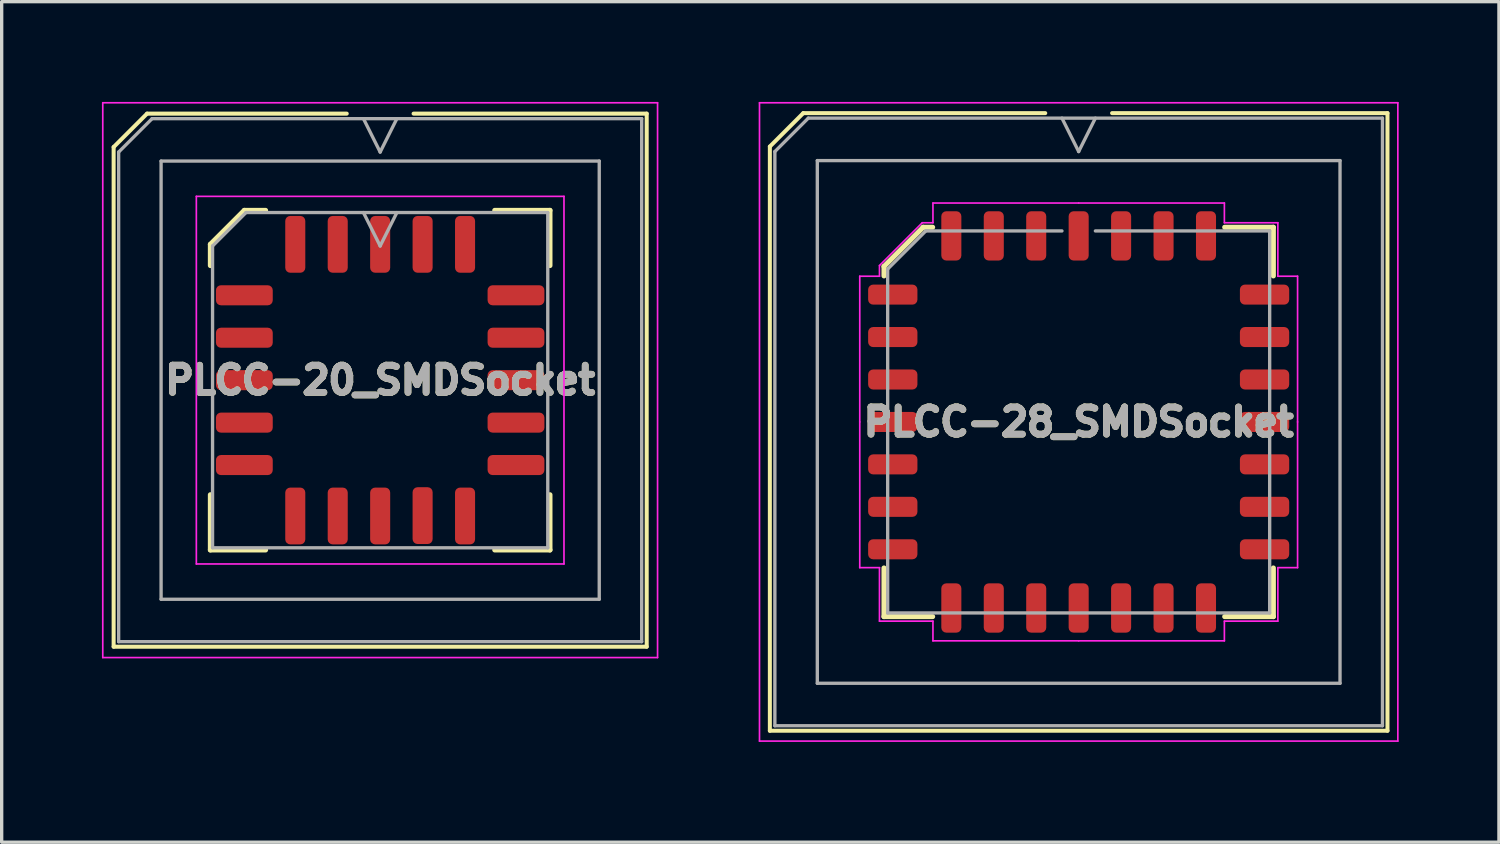
<source format=kicad_pcb>
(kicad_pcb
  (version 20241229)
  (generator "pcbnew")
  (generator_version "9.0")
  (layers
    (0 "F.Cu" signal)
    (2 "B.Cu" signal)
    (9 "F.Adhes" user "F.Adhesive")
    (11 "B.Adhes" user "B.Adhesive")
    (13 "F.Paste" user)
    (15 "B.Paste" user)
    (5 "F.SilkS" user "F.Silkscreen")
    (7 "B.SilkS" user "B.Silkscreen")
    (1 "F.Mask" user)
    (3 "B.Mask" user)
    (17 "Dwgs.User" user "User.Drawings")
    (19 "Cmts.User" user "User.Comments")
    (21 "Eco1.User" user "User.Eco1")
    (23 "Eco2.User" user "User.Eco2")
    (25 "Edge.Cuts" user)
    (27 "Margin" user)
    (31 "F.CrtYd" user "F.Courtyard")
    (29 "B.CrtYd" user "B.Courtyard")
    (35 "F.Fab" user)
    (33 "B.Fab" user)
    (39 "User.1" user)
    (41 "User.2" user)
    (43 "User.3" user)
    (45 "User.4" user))
  (footprint "PLCC-20_SMDSocket"
    (layer "F.Cu")
    (at 8.325 8.325)
    (property "Reference" "PLCC-20_SMDSocket" (at 0 0 0) (layer "F.Fab") (effects (font (size 0.813 0.813) (thickness 0.203))))
    (attr smd)
    (fp_line (start -7.975 -6.975) (end -7.975 7.975) (stroke (width 0.12) (type solid)) (layer "F.SilkS"))
    (fp_line (start -7.975 7.975) (end 7.975 7.975) (stroke (width 0.12) (type solid)) (layer "F.SilkS"))
    (fp_line (start -6.975 -7.975) (end -7.975 -6.975) (stroke (width 0.12) (type solid)) (layer "F.SilkS"))
    (fp_line (start -5.08 -4.064) (end -5.08 -3.429) (stroke (width 0.152) (type solid)) (layer "F.SilkS"))
    (fp_line (start -5.08 5.08) (end -5.08 3.429) (stroke (width 0.152) (type solid)) (layer "F.SilkS"))
    (fp_line (start -4.064 -5.08) (end -5.08 -4.064) (stroke (width 0.152) (type solid)) (layer "F.SilkS"))
    (fp_line (start -3.429 -5.08) (end -4.064 -5.08) (stroke (width 0.152) (type solid)) (layer "F.SilkS"))
    (fp_line (start -3.429 5.08) (end -5.08 5.08) (stroke (width 0.152) (type solid)) (layer "F.SilkS"))
    (fp_line (start -1 -7.975) (end -6.975 -7.975) (stroke (width 0.12) (type solid)) (layer "F.SilkS"))
    (fp_line (start 3.429 -5.08) (end 5.08 -5.08) (stroke (width 0.152) (type solid)) (layer "F.SilkS"))
    (fp_line (start 3.429 5.08) (end 5.08 5.08) (stroke (width 0.152) (type solid)) (layer "F.SilkS"))
    (fp_line (start 5.08 -5.08) (end 5.08 -3.429) (stroke (width 0.152) (type solid)) (layer "F.SilkS"))
    (fp_line (start 5.08 5.08) (end 5.08 3.429) (stroke (width 0.152) (type solid)) (layer "F.SilkS"))
    (fp_line (start 7.975 -7.975) (end 1 -7.975) (stroke (width 0.12) (type solid)) (layer "F.SilkS"))
    (fp_line (start 7.975 7.975) (end 7.975 -7.975) (stroke (width 0.12) (type solid)) (layer "F.SilkS"))
    (fp_line (start -8.3 -8.3) (end -8.3 8.3) (stroke (width 0.05) (type solid)) (layer "F.CrtYd"))
    (fp_line (start -8.3 8.3) (end 8.3 8.3) (stroke (width 0.05) (type solid)) (layer "F.CrtYd"))
    (fp_line (start -5.5 -5.5) (end -5.5 5.5) (stroke (width 0.05) (type solid)) (layer "F.CrtYd"))
    (fp_line (start -5.5 5.5) (end 5.5 5.5) (stroke (width 0.05) (type solid)) (layer "F.CrtYd"))
    (fp_line (start 5.5 -5.5) (end -5.5 -5.5) (stroke (width 0.05) (type solid)) (layer "F.CrtYd"))
    (fp_line (start 5.5 5.5) (end 5.5 -5.5) (stroke (width 0.05) (type solid)) (layer "F.CrtYd"))
    (fp_line (start 8.3 -8.3) (end -8.3 -8.3) (stroke (width 0.05) (type solid)) (layer "F.CrtYd"))
    (fp_line (start 8.3 8.3) (end 8.3 -8.3) (stroke (width 0.05) (type solid)) (layer "F.CrtYd"))
    (fp_line (start -7.825 -6.825) (end -7.825 7.825) (stroke (width 0.1) (type solid)) (layer "F.Fab"))
    (fp_line (start -7.825 7.825) (end 7.825 7.825) (stroke (width 0.1) (type solid)) (layer "F.Fab"))
    (fp_line (start -6.825 -7.825) (end -7.825 -6.825) (stroke (width 0.1) (type solid)) (layer "F.Fab"))
    (fp_line (start -6.555 -6.555) (end -6.555 6.555) (stroke (width 0.1) (type solid)) (layer "F.Fab"))
    (fp_line (start -6.555 6.555) (end 6.555 6.555) (stroke (width 0.1) (type solid)) (layer "F.Fab"))
    (fp_line (start -5.015 -4.015) (end -5.015 5.015) (stroke (width 0.1) (type solid)) (layer "F.Fab"))
    (fp_line (start -5.015 5.015) (end 5.015 5.015) (stroke (width 0.1) (type solid)) (layer "F.Fab"))
    (fp_line (start -4.015 -5.015) (end -5.015 -4.015) (stroke (width 0.1) (type solid)) (layer "F.Fab"))
    (fp_line (start -0.5 -7.825) (end 0 -6.825) (stroke (width 0.1) (type solid)) (layer "F.Fab"))
    (fp_line (start -0.5 -5.015) (end 0 -4.015) (stroke (width 0.1) (type solid)) (layer "F.Fab"))
    (fp_line (start 0 -6.825) (end 0.5 -7.825) (stroke (width 0.1) (type solid)) (layer "F.Fab"))
    (fp_line (start 0 -4.015) (end 0.5 -5.015) (stroke (width 0.1) (type solid)) (layer "F.Fab"))
    (fp_line (start 5.015 -5.015) (end -4.015 -5.015) (stroke (width 0.1) (type solid)) (layer "F.Fab"))
    (fp_line (start 5.015 5.015) (end 5.015 -5.015) (stroke (width 0.1) (type solid)) (layer "F.Fab"))
    (fp_line (start 6.555 -6.555) (end -6.555 -6.555) (stroke (width 0.1) (type solid)) (layer "F.Fab"))
    (fp_line (start 6.555 6.555) (end 6.555 -6.555) (stroke (width 0.1) (type solid)) (layer "F.Fab"))
    (fp_line (start 7.825 -7.825) (end -6.825 -7.825) (stroke (width 0.1) (type solid)) (layer "F.Fab"))
    (fp_line (start 7.825 7.825) (end 7.825 -7.825) (stroke (width 0.1) (type solid)) (layer "F.Fab"))
    (fp_text user "${REFERENCE}" (at 0 0 0) (layer "F.SilkS") (effects (font (size 0.813 0.813) (thickness 0.203))))
    (pad "1" smd roundrect (at 0 -4.064) (size 0.6 1.7) (layers "F.Cu" "F.Mask" "F.Paste") (roundrect_rratio 0.25))
    (pad "2" smd roundrect (at -1.27 -4.064) (size 0.6 1.7) (layers "F.Cu" "F.Mask" "F.Paste") (roundrect_rratio 0.25))
    (pad "3" smd roundrect (at -2.54 -4.064) (size 0.6 1.7) (layers "F.Cu" "F.Mask" "F.Paste") (roundrect_rratio 0.25))
    (pad "4" smd roundrect (at -4.064 -2.54) (size 1.7 0.6) (layers "F.Cu" "F.Mask" "F.Paste") (roundrect_rratio 0.25))
    (pad "5" smd roundrect (at -4.064 -1.27) (size 1.7 0.6) (layers "F.Cu" "F.Mask" "F.Paste") (roundrect_rratio 0.25))
    (pad "6" smd roundrect (at -4.064 0) (size 1.7 0.6) (layers "F.Cu" "F.Mask" "F.Paste") (roundrect_rratio 0.25))
    (pad "7" smd roundrect (at -4.064 1.27) (size 1.7 0.6) (layers "F.Cu" "F.Mask" "F.Paste") (roundrect_rratio 0.25))
    (pad "8" smd roundrect (at -4.064 2.54) (size 1.7 0.6) (layers "F.Cu" "F.Mask" "F.Paste") (roundrect_rratio 0.25))
    (pad "9" smd roundrect (at -2.54 4.064) (size 0.6 1.7) (layers "F.Cu" "F.Mask" "F.Paste") (roundrect_rratio 0.25))
    (pad "10" smd roundrect (at -1.27 4.064) (size 0.6 1.7) (layers "F.Cu" "F.Mask" "F.Paste") (roundrect_rratio 0.25))
    (pad "11" smd roundrect (at 0 4.064) (size 0.6 1.7) (layers "F.Cu" "F.Mask" "F.Paste") (roundrect_rratio 0.25))
    (pad "12" smd roundrect (at 1.27 4.053) (size 0.6 1.7) (layers "F.Cu" "F.Mask" "F.Paste") (roundrect_rratio 0.25))
    (pad "13" smd roundrect (at 2.54 4.064) (size 0.6 1.7) (layers "F.Cu" "F.Mask" "F.Paste") (roundrect_rratio 0.25))
    (pad "14" smd roundrect (at 4.064 2.54) (size 1.7 0.6) (layers "F.Cu" "F.Mask" "F.Paste") (roundrect_rratio 0.25))
    (pad "15" smd roundrect (at 4.064 1.27) (size 1.7 0.6) (layers "F.Cu" "F.Mask" "F.Paste") (roundrect_rratio 0.25))
    (pad "16" smd roundrect (at 4.064 0) (size 1.7 0.6) (layers "F.Cu" "F.Mask" "F.Paste") (roundrect_rratio 0.25))
    (pad "17" smd roundrect (at 4.064 -1.27) (size 1.7 0.6) (layers "F.Cu" "F.Mask" "F.Paste") (roundrect_rratio 0.25))
    (pad "18" smd roundrect (at 4.064 -2.54) (size 1.7 0.6) (layers "F.Cu" "F.Mask" "F.Paste") (roundrect_rratio 0.25))
    (pad "19" smd roundrect (at 2.54 -4.064) (size 0.6 1.7) (layers "F.Cu" "F.Mask" "F.Paste") (roundrect_rratio 0.25))
    (pad "20" smd roundrect (at 1.27 -4.064) (size 0.6 1.7) (layers "F.Cu" "F.Mask" "F.Paste") (roundrect_rratio 0.25)))
  (footprint "PLCC-28_SMDSocket"
    (layer "F.Cu")
    (at 29.225 9.575)
    (property "Reference" "PLCC-28_SMDSocket" (at 0 0 0) (layer "F.Fab") (effects (font (size 0.813 0.813) (thickness 0.203))))
    (attr smd)
    (fp_line (start -9.24 -8.24) (end -9.24 9.24) (stroke (width 0.12) (type solid)) (layer "F.SilkS"))
    (fp_line (start -9.24 9.24) (end 9.24 9.24) (stroke (width 0.12) (type solid)) (layer "F.SilkS"))
    (fp_line (start -8.24 -9.24) (end -9.24 -8.24) (stroke (width 0.12) (type solid)) (layer "F.SilkS"))
    (fp_line (start -5.825 -4.653) (end -5.825 -4.37) (stroke (width 0.152) (type solid)) (layer "F.SilkS"))
    (fp_line (start -5.825 5.825) (end -5.825 4.37) (stroke (width 0.152) (type solid)) (layer "F.SilkS"))
    (fp_line (start -4.653 -5.825) (end -5.825 -4.653) (stroke (width 0.152) (type solid)) (layer "F.SilkS"))
    (fp_line (start -4.37 -5.825) (end -4.653 -5.825) (stroke (width 0.152) (type solid)) (layer "F.SilkS"))
    (fp_line (start -4.37 5.825) (end -5.825 5.825) (stroke (width 0.152) (type solid)) (layer "F.SilkS"))
    (fp_line (start -1 -9.24) (end -8.24 -9.24) (stroke (width 0.12) (type solid)) (layer "F.SilkS"))
    (fp_line (start 4.37 -5.825) (end 5.825 -5.825) (stroke (width 0.152) (type solid)) (layer "F.SilkS"))
    (fp_line (start 4.37 5.825) (end 5.825 5.825) (stroke (width 0.152) (type solid)) (layer "F.SilkS"))
    (fp_line (start 5.825 -5.825) (end 5.825 -4.37) (stroke (width 0.152) (type solid)) (layer "F.SilkS"))
    (fp_line (start 5.825 5.825) (end 5.825 4.37) (stroke (width 0.152) (type solid)) (layer "F.SilkS"))
    (fp_line (start 9.24 -9.24) (end 1 -9.24) (stroke (width 0.12) (type solid)) (layer "F.SilkS"))
    (fp_line (start 9.24 9.24) (end 9.24 -9.24) (stroke (width 0.12) (type solid)) (layer "F.SilkS"))
    (fp_line (start -9.55 -9.55) (end -9.55 9.55) (stroke (width 0.05) (type solid)) (layer "F.CrtYd"))
    (fp_line (start -9.55 9.55) (end 9.55 9.55) (stroke (width 0.05) (type solid)) (layer "F.CrtYd"))
    (fp_line (start -6.55 -4.36) (end -6.55 0) (stroke (width 0.05) (type solid)) (layer "F.CrtYd"))
    (fp_line (start -6.55 4.36) (end -6.55 0) (stroke (width 0.05) (type solid)) (layer "F.CrtYd"))
    (fp_line (start -5.96 -4.68) (end -5.96 -4.36) (stroke (width 0.05) (type solid)) (layer "F.CrtYd"))
    (fp_line (start -5.96 -4.36) (end -6.55 -4.36) (stroke (width 0.05) (type solid)) (layer "F.CrtYd"))
    (fp_line (start -5.96 4.36) (end -6.55 4.36) (stroke (width 0.05) (type solid)) (layer "F.CrtYd"))
    (fp_line (start -5.96 5.96) (end -5.96 4.36) (stroke (width 0.05) (type solid)) (layer "F.CrtYd"))
    (fp_line (start -4.68 -5.96) (end -5.96 -4.68) (stroke (width 0.05) (type solid)) (layer "F.CrtYd"))
    (fp_line (start -4.36 -6.55) (end -4.36 -5.96) (stroke (width 0.05) (type solid)) (layer "F.CrtYd"))
    (fp_line (start -4.36 -5.96) (end -4.68 -5.96) (stroke (width 0.05) (type solid)) (layer "F.CrtYd"))
    (fp_line (start -4.36 5.96) (end -5.96 5.96) (stroke (width 0.05) (type solid)) (layer "F.CrtYd"))
    (fp_line (start -4.36 6.55) (end -4.36 5.96) (stroke (width 0.05) (type solid)) (layer "F.CrtYd"))
    (fp_line (start 0 -6.55) (end -4.36 -6.55) (stroke (width 0.05) (type solid)) (layer "F.CrtYd"))
    (fp_line (start 0 -6.55) (end 4.36 -6.55) (stroke (width 0.05) (type solid)) (layer "F.CrtYd"))
    (fp_line (start 0 6.55) (end -4.36 6.55) (stroke (width 0.05) (type solid)) (layer "F.CrtYd"))
    (fp_line (start 0 6.55) (end 4.36 6.55) (stroke (width 0.05) (type solid)) (layer "F.CrtYd"))
    (fp_line (start 4.36 -6.55) (end 4.36 -5.96) (stroke (width 0.05) (type solid)) (layer "F.CrtYd"))
    (fp_line (start 4.36 -5.96) (end 5.96 -5.96) (stroke (width 0.05) (type solid)) (layer "F.CrtYd"))
    (fp_line (start 4.36 5.96) (end 5.96 5.96) (stroke (width 0.05) (type solid)) (layer "F.CrtYd"))
    (fp_line (start 4.36 6.55) (end 4.36 5.96) (stroke (width 0.05) (type solid)) (layer "F.CrtYd"))
    (fp_line (start 5.96 -5.96) (end 5.96 -4.36) (stroke (width 0.05) (type solid)) (layer "F.CrtYd"))
    (fp_line (start 5.96 -4.36) (end 6.55 -4.36) (stroke (width 0.05) (type solid)) (layer "F.CrtYd"))
    (fp_line (start 5.96 4.36) (end 6.55 4.36) (stroke (width 0.05) (type solid)) (layer "F.CrtYd"))
    (fp_line (start 5.96 5.96) (end 5.96 4.36) (stroke (width 0.05) (type solid)) (layer "F.CrtYd"))
    (fp_line (start 6.55 -4.36) (end 6.55 0) (stroke (width 0.05) (type solid)) (layer "F.CrtYd"))
    (fp_line (start 6.55 4.36) (end 6.55 0) (stroke (width 0.05) (type solid)) (layer "F.CrtYd"))
    (fp_line (start 9.55 -9.55) (end -9.55 -9.55) (stroke (width 0.05) (type solid)) (layer "F.CrtYd"))
    (fp_line (start 9.55 9.55) (end 9.55 -9.55) (stroke (width 0.05) (type solid)) (layer "F.CrtYd"))
    (fp_line (start -9.09 -8.09) (end -9.09 9.09) (stroke (width 0.1) (type solid)) (layer "F.Fab"))
    (fp_line (start -9.09 9.09) (end 9.09 9.09) (stroke (width 0.1) (type solid)) (layer "F.Fab"))
    (fp_line (start -8.09 -9.09) (end -9.09 -8.09) (stroke (width 0.1) (type solid)) (layer "F.Fab"))
    (fp_line (start -7.82 -7.82) (end -7.82 7.82) (stroke (width 0.1) (type solid)) (layer "F.Fab"))
    (fp_line (start -7.82 7.82) (end 7.82 7.82) (stroke (width 0.1) (type solid)) (layer "F.Fab"))
    (fp_line (start -5.715 -4.575) (end -4.575 -5.715) (stroke (width 0.1) (type solid)) (layer "F.Fab"))
    (fp_line (start -5.715 5.715) (end -5.715 -4.575) (stroke (width 0.1) (type solid)) (layer "F.Fab"))
    (fp_line (start -4.575 -5.715) (end -0.5 -5.715) (stroke (width 0.1) (type solid)) (layer "F.Fab"))
    (fp_line (start -0.5 -9.09) (end 0 -8.09) (stroke (width 0.1) (type solid)) (layer "F.Fab"))
    (fp_line (start 0 -8.09) (end 0.5 -9.09) (stroke (width 0.1) (type solid)) (layer "F.Fab"))
    (fp_line (start 0.5 -5.715) (end 5.715 -5.715) (stroke (width 0.1) (type solid)) (layer "F.Fab"))
    (fp_line (start 5.715 -5.715) (end 5.715 5.715) (stroke (width 0.1) (type solid)) (layer "F.Fab"))
    (fp_line (start 5.715 5.715) (end -5.715 5.715) (stroke (width 0.1) (type solid)) (layer "F.Fab"))
    (fp_line (start 7.82 -7.82) (end -7.82 -7.82) (stroke (width 0.1) (type solid)) (layer "F.Fab"))
    (fp_line (start 7.82 7.82) (end 7.82 -7.82) (stroke (width 0.1) (type solid)) (layer "F.Fab"))
    (fp_line (start 9.09 -9.09) (end -8.09 -9.09) (stroke (width 0.1) (type solid)) (layer "F.Fab"))
    (fp_line (start 9.09 9.09) (end 9.09 -9.09) (stroke (width 0.1) (type solid)) (layer "F.Fab"))
    (fp_text user "${REFERENCE}" (at 0 0 0) (layer "F.SilkS") (effects (font (size 0.813 0.813) (thickness 0.203))))
    (pad "1" smd roundrect (at 0 -5.567) (size 0.6 1.475) (layers "F.Cu" "F.Mask" "F.Paste") (roundrect_rratio 0.25))
    (pad "2" smd roundrect (at -1.27 -5.567) (size 0.6 1.475) (layers "F.Cu" "F.Mask" "F.Paste") (roundrect_rratio 0.25))
    (pad "3" smd roundrect (at -2.54 -5.567) (size 0.6 1.475) (layers "F.Cu" "F.Mask" "F.Paste") (roundrect_rratio 0.25))
    (pad "4" smd roundrect (at -3.81 -5.567) (size 0.6 1.475) (layers "F.Cu" "F.Mask" "F.Paste") (roundrect_rratio 0.25))
    (pad "5" smd roundrect (at -5.562 -3.81) (size 1.475 0.6) (layers "F.Cu" "F.Mask" "F.Paste") (roundrect_rratio 0.25))
    (pad "6" smd roundrect (at -5.562 -2.54) (size 1.475 0.6) (layers "F.Cu" "F.Mask" "F.Paste") (roundrect_rratio 0.25))
    (pad "7" smd roundrect (at -5.562 -1.27) (size 1.475 0.6) (layers "F.Cu" "F.Mask" "F.Paste") (roundrect_rratio 0.25))
    (pad "8" smd roundrect (at -5.562 0) (size 1.475 0.6) (layers "F.Cu" "F.Mask" "F.Paste") (roundrect_rratio 0.25))
    (pad "9" smd roundrect (at -5.562 1.27) (size 1.475 0.6) (layers "F.Cu" "F.Mask" "F.Paste") (roundrect_rratio 0.25))
    (pad "10" smd roundrect (at -5.562 2.54) (size 1.475 0.6) (layers "F.Cu" "F.Mask" "F.Paste") (roundrect_rratio 0.25))
    (pad "11" smd roundrect (at -5.562 3.81) (size 1.475 0.6) (layers "F.Cu" "F.Mask" "F.Paste") (roundrect_rratio 0.25))
    (pad "12" smd roundrect (at -3.81 5.567) (size 0.6 1.475) (layers "F.Cu" "F.Mask" "F.Paste") (roundrect_rratio 0.25))
    (pad "13" smd roundrect (at -2.54 5.567) (size 0.6 1.475) (layers "F.Cu" "F.Mask" "F.Paste") (roundrect_rratio 0.25))
    (pad "14" smd roundrect (at -1.27 5.567) (size 0.6 1.475) (layers "F.Cu" "F.Mask" "F.Paste") (roundrect_rratio 0.25))
    (pad "15" smd roundrect (at 0 5.567) (size 0.6 1.475) (layers "F.Cu" "F.Mask" "F.Paste") (roundrect_rratio 0.25))
    (pad "16" smd roundrect (at 1.27 5.567) (size 0.6 1.475) (layers "F.Cu" "F.Mask" "F.Paste") (roundrect_rratio 0.25))
    (pad "17" smd roundrect (at 2.54 5.567) (size 0.6 1.475) (layers "F.Cu" "F.Mask" "F.Paste") (roundrect_rratio 0.25))
    (pad "18" smd roundrect (at 3.81 5.567) (size 0.6 1.475) (layers "F.Cu" "F.Mask" "F.Paste") (roundrect_rratio 0.25))
    (pad "19" smd roundrect (at 5.562 3.81) (size 1.475 0.6) (layers "F.Cu" "F.Mask" "F.Paste") (roundrect_rratio 0.25))
    (pad "20" smd roundrect (at 5.562 2.54) (size 1.475 0.6) (layers "F.Cu" "F.Mask" "F.Paste") (roundrect_rratio 0.25))
    (pad "21" smd roundrect (at 5.562 1.27) (size 1.475 0.6) (layers "F.Cu" "F.Mask" "F.Paste") (roundrect_rratio 0.25))
    (pad "22" smd roundrect (at 5.562 0) (size 1.475 0.6) (layers "F.Cu" "F.Mask" "F.Paste") (roundrect_rratio 0.25))
    (pad "23" smd roundrect (at 5.562 -1.27) (size 1.475 0.6) (layers "F.Cu" "F.Mask" "F.Paste") (roundrect_rratio 0.25))
    (pad "24" smd roundrect (at 5.562 -2.54) (size 1.475 0.6) (layers "F.Cu" "F.Mask" "F.Paste") (roundrect_rratio 0.25))
    (pad "25" smd roundrect (at 5.562 -3.81) (size 1.475 0.6) (layers "F.Cu" "F.Mask" "F.Paste") (roundrect_rratio 0.25))
    (pad "26" smd roundrect (at 3.81 -5.567) (size 0.6 1.475) (layers "F.Cu" "F.Mask" "F.Paste") (roundrect_rratio 0.25))
    (pad "27" smd roundrect (at 2.54 -5.567) (size 0.6 1.475) (layers "F.Cu" "F.Mask" "F.Paste") (roundrect_rratio 0.25))
    (pad "28" smd roundrect (at 1.27 -5.567) (size 0.6 1.475) (layers "F.Cu" "F.Mask" "F.Paste") (roundrect_rratio 0.25)))
  (gr_rect
    (start -3 -3)
    (end 41.8 22.15)
    (stroke (width 0.1) (type default))
    (fill no)
    (layer "Edge.Cuts")))
</source>
